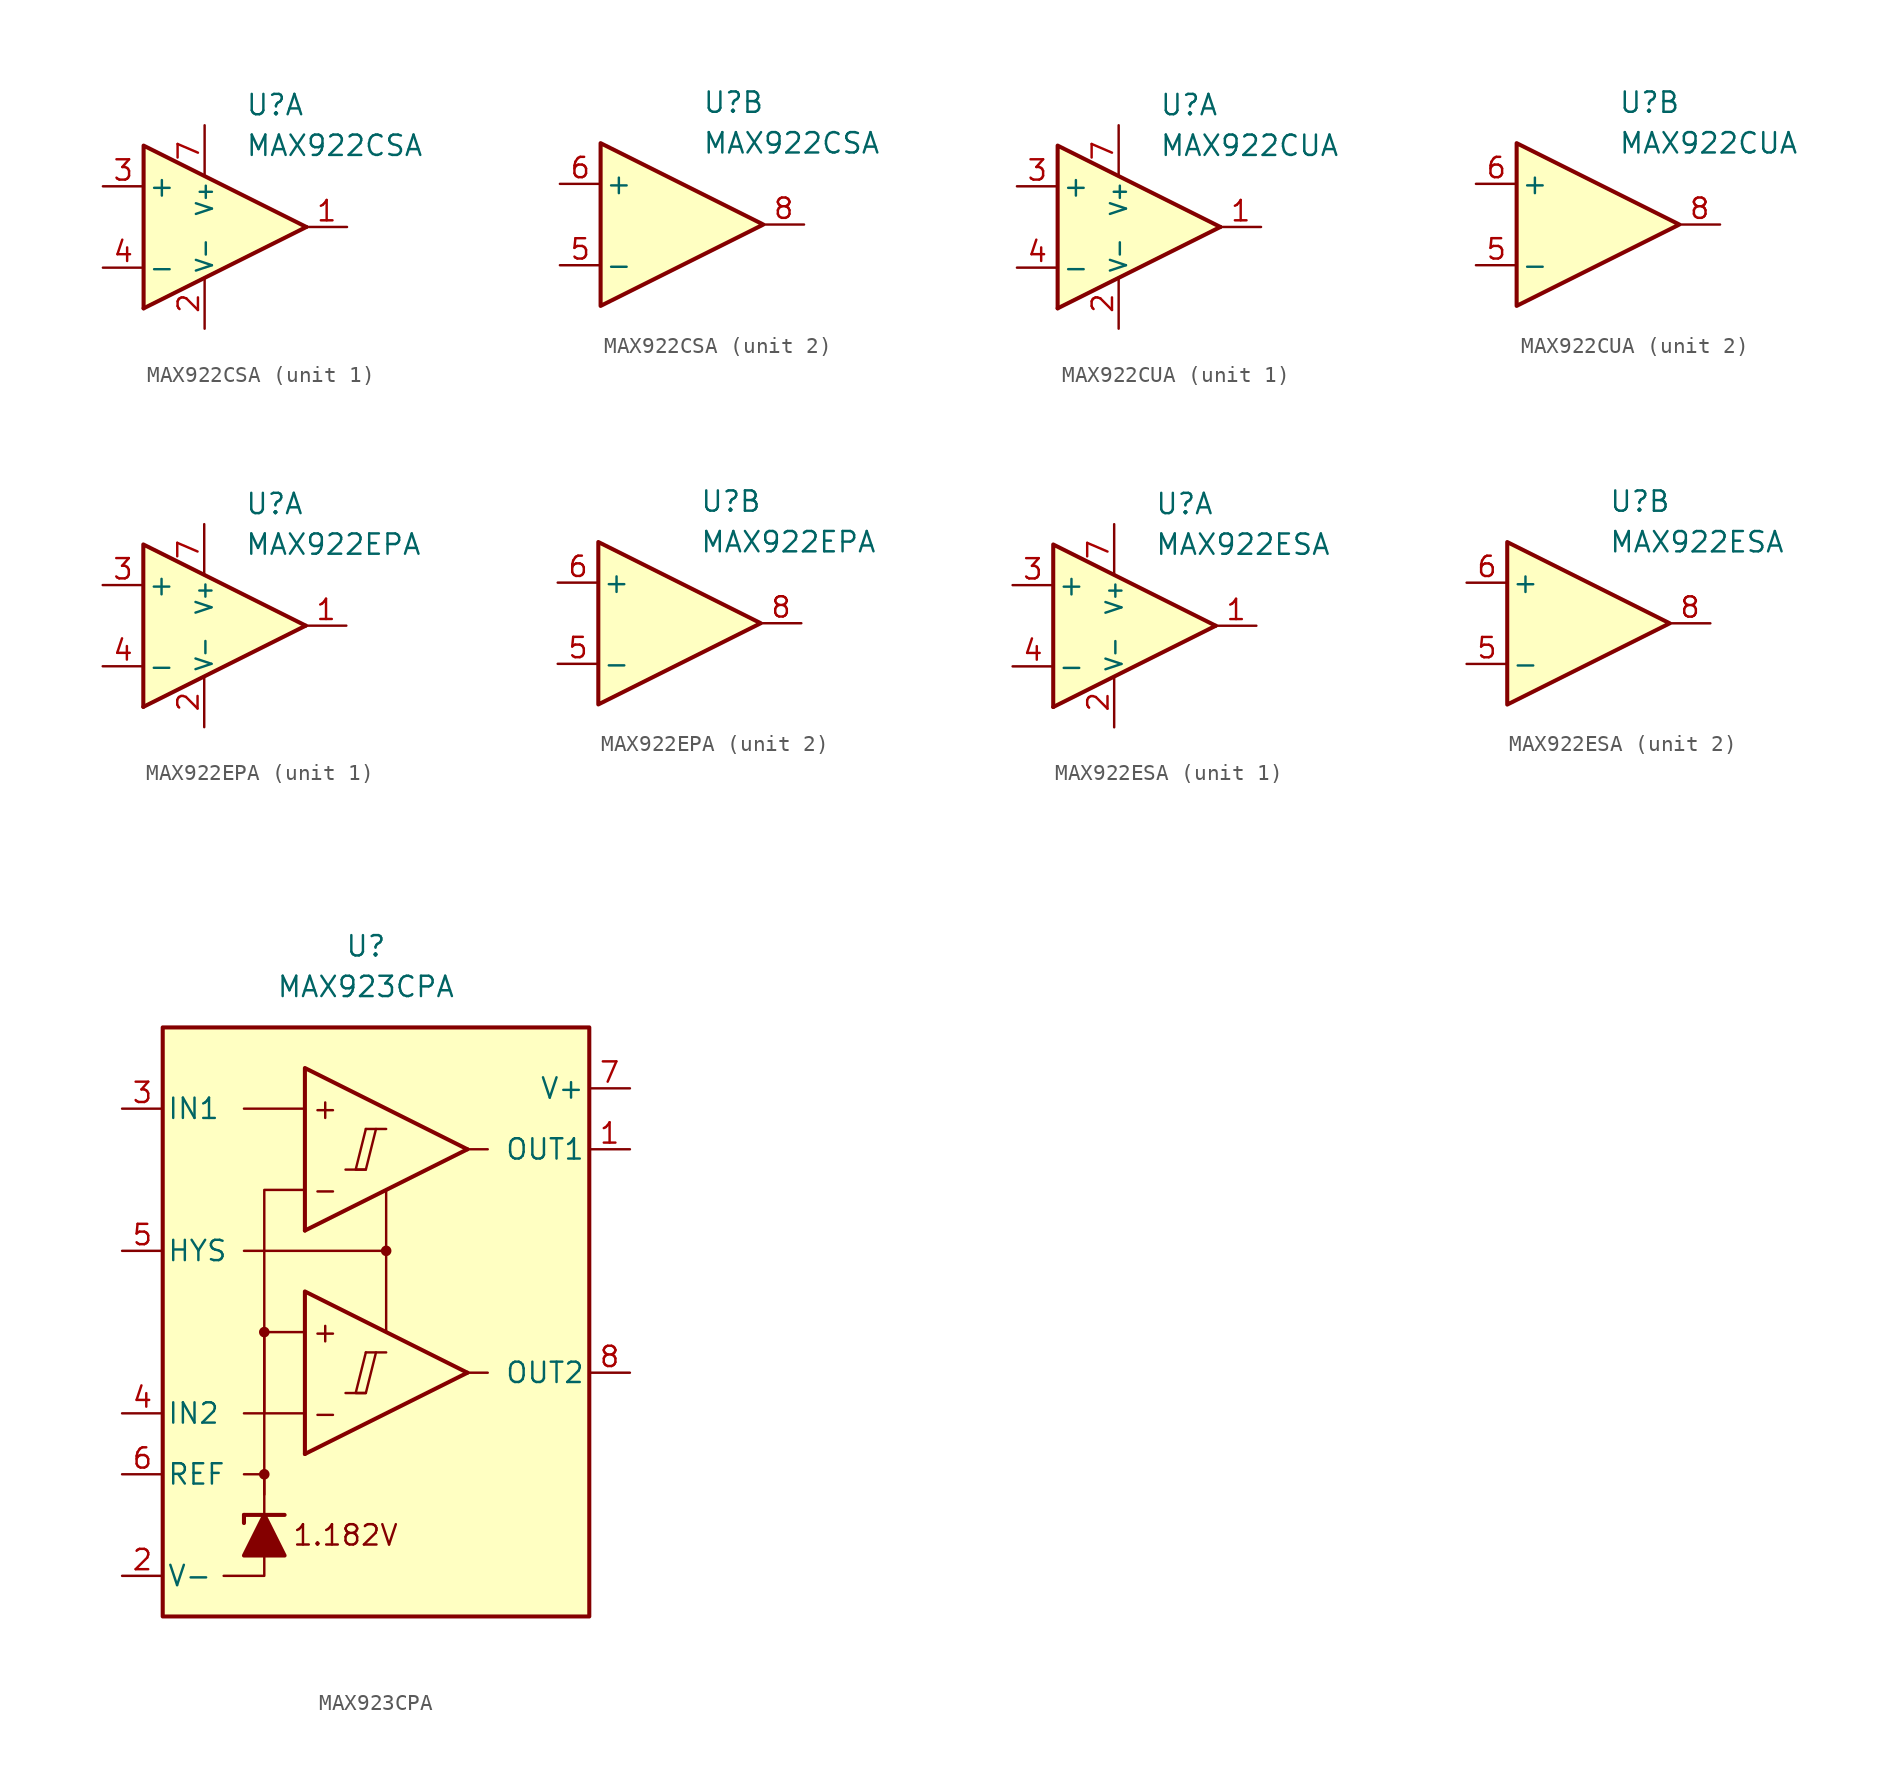
<source format=kicad_sym>
(kicad_symbol_lib
  (version 20231120)
  (generator "kicad_symbol_editor")
  (generator_version "8.0")
  (symbol "MAX922CSA"
    (pin_names
      (offset 0.254))
    (property "Reference" "U"
      (at 2.54 7.62 0)
      (effects (font (size 1.27 1.27)) (justify left)))
    (property "Value" "MAX922CSA"
      (at 2.54 5.08 0)
      (effects (font (size 1.27 1.27)) (justify left)))
    (property "ki_locked" ""
      (at 0 0 0)
      (effects (font (size 1.27 1.27))))
    (symbol "MAX922CSA_1_0"
      (polyline (pts (xy 6.35 0) (xy -3.81 -5.08)) (stroke (width 0.254) (type default)) (fill (type none)))
      (polyline (pts (xy 6.35 0) (xy -3.81 5.08) (xy -3.81 -5.08)) (stroke (width 0.254) (type default)) (fill (type background))))
    (symbol "MAX922CSA_1_1"
      (pin output line (at 8.89 0 180) (length 2.54) (name "~" (effects (font (size 1.27 1.27)))) (number "1" (effects (font (size 1.27 1.27)))))
      (pin power_in line (at 0 -6.35 90) (length 3.18) (name "V-" (effects (font (size 1 1)))) (number "2" (effects (font (size 1.27 1.27)))))
      (pin input line (at -6.35 2.54 0) (length 2.54) (name "+" (effects (font (size 1.27 1.27)))) (number "3" (effects (font (size 1.27 1.27)))))
      (pin input line (at -6.35 -2.54 0) (length 2.54) (name "-" (effects (font (size 1.27 1.27)))) (number "4" (effects (font (size 1.27 1.27)))))
      (pin power_in line (at 0 6.35 270) (length 3.18) (name "V+" (effects (font (size 1 1)))) (number "7" (effects (font (size 1.27 1.27))))))
    (symbol "MAX922CSA_2_0"
      (polyline (pts (xy 6.35 0) (xy -3.81 5.08) (xy -3.81 -5.08) (xy 6.35 0)) (stroke (width 0.254) (type default)) (fill (type background))))
    (symbol "MAX922CSA_2_1"
      (pin input line (at -6.35 -2.54 0) (length 2.54) (name "-" (effects (font (size 1.27 1.27)))) (number "5" (effects (font (size 1.27 1.27)))))
      (pin input line (at -6.35 2.54 0) (length 2.54) (name "+" (effects (font (size 1.27 1.27)))) (number "6" (effects (font (size 1.27 1.27)))))
      (pin output line (at 8.89 0 180) (length 2.54) (name "~" (effects (font (size 1.27 1.27)))) (number "8" (effects (font (size 1.27 1.27)))))))
  (symbol "MAX922CUA"
    (pin_names
      (offset 0.254))
    (property "Reference" "U"
      (at 2.54 7.62 0)
      (effects (font (size 1.27 1.27)) (justify left)))
    (property "Value" "MAX922CUA"
      (at 2.54 5.08 0)
      (effects (font (size 1.27 1.27)) (justify left)))
    (property "ki_locked" ""
      (at 0 0 0)
      (effects (font (size 1.27 1.27))))
    (symbol "MAX922CUA_1_0"
      (polyline (pts (xy 6.35 0) (xy -3.81 -5.08)) (stroke (width 0.254) (type default)) (fill (type none)))
      (polyline (pts (xy 6.35 0) (xy -3.81 5.08) (xy -3.81 -5.08)) (stroke (width 0.254) (type default)) (fill (type background))))
    (symbol "MAX922CUA_1_1"
      (pin output line (at 8.89 0 180) (length 2.54) (name "~" (effects (font (size 1.27 1.27)))) (number "1" (effects (font (size 1.27 1.27)))))
      (pin power_in line (at 0 -6.35 90) (length 3.18) (name "V-" (effects (font (size 1 1)))) (number "2" (effects (font (size 1.27 1.27)))))
      (pin input line (at -6.35 2.54 0) (length 2.54) (name "+" (effects (font (size 1.27 1.27)))) (number "3" (effects (font (size 1.27 1.27)))))
      (pin input line (at -6.35 -2.54 0) (length 2.54) (name "-" (effects (font (size 1.27 1.27)))) (number "4" (effects (font (size 1.27 1.27)))))
      (pin power_in line (at 0 6.35 270) (length 3.18) (name "V+" (effects (font (size 1 1)))) (number "7" (effects (font (size 1.27 1.27))))))
    (symbol "MAX922CUA_2_0"
      (polyline (pts (xy 6.35 0) (xy -3.81 5.08) (xy -3.81 -5.08) (xy 6.35 0)) (stroke (width 0.254) (type default)) (fill (type background))))
    (symbol "MAX922CUA_2_1"
      (pin input line (at -6.35 -2.54 0) (length 2.54) (name "-" (effects (font (size 1.27 1.27)))) (number "5" (effects (font (size 1.27 1.27)))))
      (pin input line (at -6.35 2.54 0) (length 2.54) (name "+" (effects (font (size 1.27 1.27)))) (number "6" (effects (font (size 1.27 1.27)))))
      (pin output line (at 8.89 0 180) (length 2.54) (name "~" (effects (font (size 1.27 1.27)))) (number "8" (effects (font (size 1.27 1.27)))))))
  (symbol "MAX922EPA"
    (pin_names
      (offset 0.254))
    (property "Reference" "U"
      (at 2.54 7.62 0)
      (effects (font (size 1.27 1.27)) (justify left)))
    (property "Value" "MAX922EPA"
      (at 2.54 5.08 0)
      (effects (font (size 1.27 1.27)) (justify left)))
    (property "ki_locked" ""
      (at 0 0 0)
      (effects (font (size 1.27 1.27))))
    (symbol "MAX922EPA_1_0"
      (polyline (pts (xy 6.35 0) (xy -3.81 -5.08)) (stroke (width 0.254) (type default)) (fill (type none)))
      (polyline (pts (xy 6.35 0) (xy -3.81 5.08) (xy -3.81 -5.08)) (stroke (width 0.254) (type default)) (fill (type background))))
    (symbol "MAX922EPA_1_1"
      (pin output line (at 8.89 0 180) (length 2.54) (name "~" (effects (font (size 1.27 1.27)))) (number "1" (effects (font (size 1.27 1.27)))))
      (pin power_in line (at 0 -6.35 90) (length 3.18) (name "V-" (effects (font (size 1 1)))) (number "2" (effects (font (size 1.27 1.27)))))
      (pin input line (at -6.35 2.54 0) (length 2.54) (name "+" (effects (font (size 1.27 1.27)))) (number "3" (effects (font (size 1.27 1.27)))))
      (pin input line (at -6.35 -2.54 0) (length 2.54) (name "-" (effects (font (size 1.27 1.27)))) (number "4" (effects (font (size 1.27 1.27)))))
      (pin power_in line (at 0 6.35 270) (length 3.18) (name "V+" (effects (font (size 1 1)))) (number "7" (effects (font (size 1.27 1.27))))))
    (symbol "MAX922EPA_2_0"
      (polyline (pts (xy 6.35 0) (xy -3.81 5.08) (xy -3.81 -5.08) (xy 6.35 0)) (stroke (width 0.254) (type default)) (fill (type background))))
    (symbol "MAX922EPA_2_1"
      (pin input line (at -6.35 -2.54 0) (length 2.54) (name "-" (effects (font (size 1.27 1.27)))) (number "5" (effects (font (size 1.27 1.27)))))
      (pin input line (at -6.35 2.54 0) (length 2.54) (name "+" (effects (font (size 1.27 1.27)))) (number "6" (effects (font (size 1.27 1.27)))))
      (pin output line (at 8.89 0 180) (length 2.54) (name "~" (effects (font (size 1.27 1.27)))) (number "8" (effects (font (size 1.27 1.27)))))))
  (symbol "MAX922ESA"
    (pin_names
      (offset 0.254))
    (property "Reference" "U"
      (at 2.54 7.62 0)
      (effects (font (size 1.27 1.27)) (justify left)))
    (property "Value" "MAX922ESA"
      (at 2.54 5.08 0)
      (effects (font (size 1.27 1.27)) (justify left)))
    (property "ki_locked" ""
      (at 0 0 0)
      (effects (font (size 1.27 1.27))))
    (symbol "MAX922ESA_1_0"
      (polyline (pts (xy 6.35 0) (xy -3.81 -5.08)) (stroke (width 0.254) (type default)) (fill (type none)))
      (polyline (pts (xy 6.35 0) (xy -3.81 5.08) (xy -3.81 -5.08)) (stroke (width 0.254) (type default)) (fill (type background))))
    (symbol "MAX922ESA_1_1"
      (pin output line (at 8.89 0 180) (length 2.54) (name "~" (effects (font (size 1.27 1.27)))) (number "1" (effects (font (size 1.27 1.27)))))
      (pin power_in line (at 0 -6.35 90) (length 3.18) (name "V-" (effects (font (size 1 1)))) (number "2" (effects (font (size 1.27 1.27)))))
      (pin input line (at -6.35 2.54 0) (length 2.54) (name "+" (effects (font (size 1.27 1.27)))) (number "3" (effects (font (size 1.27 1.27)))))
      (pin input line (at -6.35 -2.54 0) (length 2.54) (name "-" (effects (font (size 1.27 1.27)))) (number "4" (effects (font (size 1.27 1.27)))))
      (pin power_in line (at 0 6.35 270) (length 3.18) (name "V+" (effects (font (size 1 1)))) (number "7" (effects (font (size 1.27 1.27))))))
    (symbol "MAX922ESA_2_0"
      (polyline (pts (xy 6.35 0) (xy -3.81 5.08) (xy -3.81 -5.08) (xy 6.35 0)) (stroke (width 0.254) (type default)) (fill (type background))))
    (symbol "MAX922ESA_2_1"
      (pin input line (at -6.35 -2.54 0) (length 2.54) (name "-" (effects (font (size 1.27 1.27)))) (number "5" (effects (font (size 1.27 1.27)))))
      (pin input line (at -6.35 2.54 0) (length 2.54) (name "+" (effects (font (size 1.27 1.27)))) (number "6" (effects (font (size 1.27 1.27)))))
      (pin output line (at 8.89 0 180) (length 2.54) (name "~" (effects (font (size 1.27 1.27)))) (number "8" (effects (font (size 1.27 1.27)))))))
  (symbol "MAX923CPA"
    (pin_names
      (offset 0.254))
    (property "Reference" "U"
      (at -1.27 22.86 0)
      (effects (font (size 1.27 1.27))))
    (property "Value" "MAX923CPA"
      (at -1.27 20.32 0)
      (effects (font (size 1.27 1.27))))
    (symbol "MAX923CPA_0_0"
      (rectangle (start -13.97 17.78) (end 12.7 -19.05) (stroke (width 0.254) (type default)) (fill (type background)))
      (circle (center -7.62 -10.16) (radius 0.254) (stroke (width 0.152) (type default)) (fill (type outline)))
      (circle (center -7.62 -1.27) (radius 0.254) (stroke (width 0.152) (type default)) (fill (type outline)))
      (polyline (pts (xy -2.54 -5.08) (xy -1.27 -5.08)) (stroke (width 0.152) (type default)) (fill (type none)))
      (polyline (pts (xy -2.54 8.89) (xy -1.27 8.89)) (stroke (width 0.152) (type default)) (fill (type none)))
      (polyline (pts (xy -1.27 -2.54) (xy 0 -2.54)) (stroke (width 0.152) (type default)) (fill (type none)))
      (polyline (pts (xy -1.27 11.43) (xy 0 11.43)) (stroke (width 0.152) (type default)) (fill (type none)))
      (polyline (pts (xy 5.08 -3.81) (xy -5.08 -8.89)) (stroke (width 0.254) (type default)) (fill (type none)))
      (polyline (pts (xy 5.08 10.16) (xy -5.08 5.08)) (stroke (width 0.254) (type default)) (fill (type none)))
      (polyline (pts (xy 5.08 -3.81) (xy -5.08 1.27) (xy -5.08 -8.89)) (stroke (width 0.254) (type default)) (fill (type background)))
      (polyline (pts (xy 5.08 10.16) (xy -5.08 15.24) (xy -5.08 5.08)) (stroke (width 0.254) (type default)) (fill (type background)))
      (polyline (pts (xy -1.27 -2.54) (xy -1.905 -5.08) (xy -1.27 -5.08) (xy -0.635 -2.54)) (stroke (width 0.152) (type default)) (fill (type none)))
      (polyline (pts (xy -1.27 11.43) (xy -1.905 8.89) (xy -1.27 8.89) (xy -0.635 11.43)) (stroke (width 0.152) (type default)) (fill (type none)))
      (circle (center 0 3.81) (radius 0.254) (stroke (width 0.152) (type default)) (fill (type outline)))
      (text "+" (at -3.81 -1.27 0) (effects (font (size 1.27 1.27))))
      (text "+" (at -3.81 12.7 0) (effects (font (size 1.27 1.27))))
      (text "-" (at -3.81 -6.35 0) (effects (font (size 1.27 1.27))))
      (text "-" (at -3.81 7.62 0) (effects (font (size 1.27 1.27))))
      (text "1.182V" (at -2.54 -13.97 0) (effects (font (size 1.27 1.27)))))
    (symbol "MAX923CPA_0_1"
      (polyline (pts (xy -8.89 -12.7) (xy -8.89 -13.208)) (stroke (width 0.254) (type default)) (fill (type none)))
      (polyline (pts (xy -8.89 -12.7) (xy -6.35 -12.7)) (stroke (width 0.254) (type default)) (fill (type none)))
      (polyline (pts (xy -5.08 -6.35) (xy -8.89 -6.35)) (stroke (width 0) (type default)) (fill (type none)))
      (polyline (pts (xy -5.08 12.7) (xy -8.89 12.7)) (stroke (width 0) (type default)) (fill (type none)))
      (polyline (pts (xy 0 3.81) (xy 0 -1.27)) (stroke (width 0) (type default)) (fill (type none)))
      (polyline (pts (xy 5.08 -3.81) (xy 6.35 -3.81)) (stroke (width 0) (type default)) (fill (type none)))
      (polyline (pts (xy 5.08 10.16) (xy 6.35 10.16)) (stroke (width 0) (type default)) (fill (type none)))
      (polyline (pts (xy -7.62 -15.24) (xy -7.62 -16.51) (xy -10.16 -16.51)) (stroke (width 0) (type default)) (fill (type none)))
      (polyline (pts (xy -7.62 -12.7) (xy -7.62 -10.16) (xy -8.89 -10.16)) (stroke (width 0) (type default)) (fill (type none)))
      (polyline (pts (xy -7.62 -11.43) (xy -7.62 -1.27) (xy -5.08 -1.27)) (stroke (width 0) (type default)) (fill (type none)))
      (polyline (pts (xy -7.62 -6.35) (xy -7.62 7.62) (xy -5.08 7.62)) (stroke (width 0) (type default)) (fill (type none)))
      (polyline (pts (xy 0 7.62) (xy 0 3.81) (xy -8.89 3.81)) (stroke (width 0) (type default)) (fill (type none)))
      (polyline (pts (xy -6.35 -15.24) (xy -8.89 -15.24) (xy -7.62 -12.7) (xy -6.35 -15.24)) (stroke (width 0.254) (type default)) (fill (type outline))))
    (symbol "MAX923CPA_1_1"
      (pin output line (at 15.24 10.16 180) (length 2.54) (name "OUT1" (effects (font (size 1.27 1.27)))) (number "1" (effects (font (size 1.27 1.27)))))
      (pin power_in line (at -16.51 -16.51 0) (length 2.54) (name "V-" (effects (font (size 1.27 1.27)))) (number "2" (effects (font (size 1.27 1.27)))))
      (pin input line (at -16.51 12.7 0) (length 2.54) (name "IN1" (effects (font (size 1.27 1.27)))) (number "3" (effects (font (size 1.27 1.27)))))
      (pin input line (at -16.51 -6.35 0) (length 2.54) (name "IN2" (effects (font (size 1.27 1.27)))) (number "4" (effects (font (size 1.27 1.27)))))
      (pin input line (at -16.51 3.81 0) (length 2.54) (name "HYS" (effects (font (size 1.27 1.27)))) (number "5" (effects (font (size 1.27 1.27)))))
      (pin output line (at -16.51 -10.16 0) (length 2.54) (name "REF" (effects (font (size 1.27 1.27)))) (number "6" (effects (font (size 1.27 1.27)))))
      (pin power_in line (at 15.24 13.97 180) (length 2.54) (name "V+" (effects (font (size 1.27 1.27)))) (number "7" (effects (font (size 1.27 1.27)))))
      (pin output line (at 15.24 -3.81 180) (length 2.54) (name "OUT2" (effects (font (size 1.27 1.27)))) (number "8" (effects (font (size 1.27 1.27))))))))
</source>
